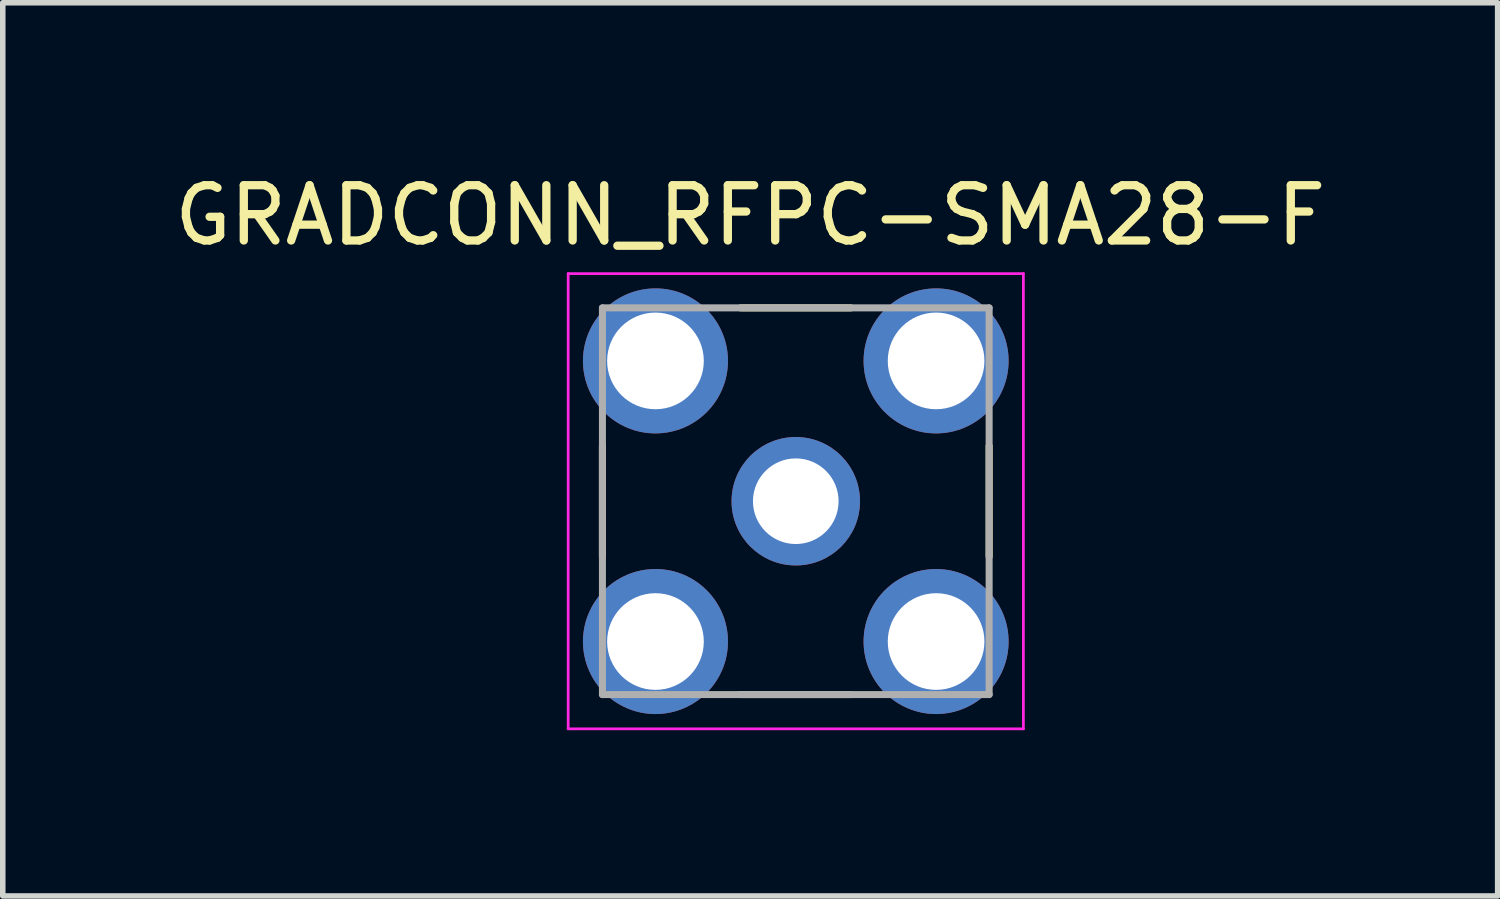
<source format=kicad_pcb>
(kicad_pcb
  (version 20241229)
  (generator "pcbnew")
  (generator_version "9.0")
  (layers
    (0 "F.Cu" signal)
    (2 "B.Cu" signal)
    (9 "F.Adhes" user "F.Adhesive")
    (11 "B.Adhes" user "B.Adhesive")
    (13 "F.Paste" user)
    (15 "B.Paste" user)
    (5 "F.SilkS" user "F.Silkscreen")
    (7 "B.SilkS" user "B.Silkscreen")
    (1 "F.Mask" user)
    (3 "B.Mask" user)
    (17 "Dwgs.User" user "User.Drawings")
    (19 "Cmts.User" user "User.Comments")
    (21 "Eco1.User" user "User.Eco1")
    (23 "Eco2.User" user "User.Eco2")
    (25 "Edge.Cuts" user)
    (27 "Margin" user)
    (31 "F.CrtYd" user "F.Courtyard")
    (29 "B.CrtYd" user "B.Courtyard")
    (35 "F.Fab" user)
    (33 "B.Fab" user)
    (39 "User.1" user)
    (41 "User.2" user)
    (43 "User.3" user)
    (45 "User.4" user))
  (footprint "GRADCONN_RFPC-SMA28-F"
    (layer "F.Cu")
    (at 11.355 6.023)
    (property "Reference" "GRADCONN_RFPC-SMA28-F" (at -0.825 -5.175 0) (layer "F.SilkS") (effects (font (size 1 1) (thickness 0.15))))
    (attr through_hole)
    (fp_line (start -3.5 -1) (end -3.5 1) (stroke (width 0.127) (type solid)) (layer "F.SilkS"))
    (fp_line (start -1 -3.5) (end 1 -3.5) (stroke (width 0.127) (type solid)) (layer "F.SilkS"))
    (fp_line (start -1 3.5) (end 1 3.5) (stroke (width 0.127) (type solid)) (layer "F.SilkS"))
    (fp_line (start 3.5 -1) (end 3.5 1) (stroke (width 0.127) (type solid)) (layer "F.SilkS"))
    (fp_line (start -4.12 -4.12) (end -4.12 4.12) (stroke (width 0.05) (type solid)) (layer "F.CrtYd"))
    (fp_line (start -4.12 4.12) (end 4.12 4.12) (stroke (width 0.05) (type solid)) (layer "F.CrtYd"))
    (fp_line (start 4.12 -4.12) (end -4.12 -4.12) (stroke (width 0.05) (type solid)) (layer "F.CrtYd"))
    (fp_line (start 4.12 4.12) (end 4.12 -4.12) (stroke (width 0.05) (type solid)) (layer "F.CrtYd"))
    (fp_line (start -3.5 -3.5) (end -3.5 3.5) (stroke (width 0.127) (type solid)) (layer "F.Fab"))
    (fp_line (start -3.5 3.5) (end 3.5 3.5) (stroke (width 0.127) (type solid)) (layer "F.Fab"))
    (fp_line (start 3.5 -3.5) (end -3.5 -3.5) (stroke (width 0.127) (type solid)) (layer "F.Fab"))
    (fp_line (start 3.5 3.5) (end 3.5 -3.5) (stroke (width 0.127) (type solid)) (layer "F.Fab"))
    (pad "1" thru_hole circle (at 0 0) (size 2.325 2.325) (drill 1.55) (layers "*.Cu" "*.Mask"))
    (pad "G1" thru_hole circle (at -2.54 -2.54) (size 2.625 2.625) (drill 1.75) (layers "*.Cu" "*.Mask"))
    (pad "G2" thru_hole circle (at 2.54 -2.54) (size 2.625 2.625) (drill 1.75) (layers "*.Cu" "*.Mask"))
    (pad "G3" thru_hole circle (at -2.54 2.54) (size 2.625 2.625) (drill 1.75) (layers "*.Cu" "*.Mask"))
    (pad "G4" thru_hole circle (at 2.54 2.54) (size 2.625 2.625) (drill 1.75) (layers "*.Cu" "*.Mask")))
  (gr_rect
    (start -3 -3)
    (end 24.06 13.168)
    (stroke (width 0.1) (type default))
    (fill no)
    (layer "Edge.Cuts")))
</source>
